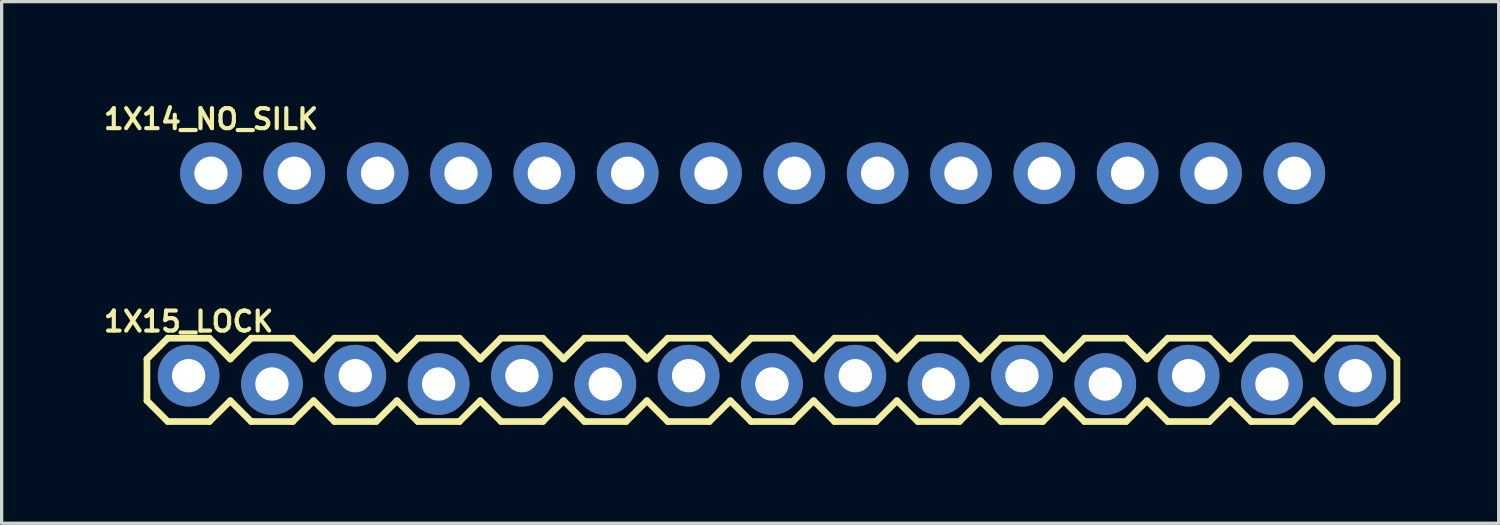
<source format=kicad_pcb>
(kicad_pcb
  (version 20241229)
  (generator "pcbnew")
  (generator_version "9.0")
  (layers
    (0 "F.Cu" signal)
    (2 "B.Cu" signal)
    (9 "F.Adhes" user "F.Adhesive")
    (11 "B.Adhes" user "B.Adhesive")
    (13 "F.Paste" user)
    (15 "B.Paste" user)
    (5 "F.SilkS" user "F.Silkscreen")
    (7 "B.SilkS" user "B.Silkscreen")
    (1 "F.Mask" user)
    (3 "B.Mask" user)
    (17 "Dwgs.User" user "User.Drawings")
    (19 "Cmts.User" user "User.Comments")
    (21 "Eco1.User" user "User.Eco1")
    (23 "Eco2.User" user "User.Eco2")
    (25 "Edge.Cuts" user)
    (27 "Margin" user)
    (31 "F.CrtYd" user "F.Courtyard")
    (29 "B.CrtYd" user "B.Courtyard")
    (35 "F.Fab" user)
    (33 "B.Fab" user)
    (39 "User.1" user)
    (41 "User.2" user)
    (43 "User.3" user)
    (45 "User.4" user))
  (footprint "1X14_NO_SILK"
    (layer "F.Cu")
    (at 3.381 2.231)
    (property "Reference" "1X14_NO_SILK" (at 0 -1.651 0) (layer "F.SilkS") (effects (font (size 0.61 0.61) (thickness 0.127))))
    (attr exclude_from_pos_files exclude_from_bom)
    (pad "1" thru_hole circle (at 0 0) (size 1.88 1.88) (drill 1.016) (layers "*.Cu" "*.Mask"))
    (pad "2" thru_hole circle (at 2.54 0) (size 1.88 1.88) (drill 1.016) (layers "*.Cu" "*.Mask"))
    (pad "3" thru_hole circle (at 5.08 0) (size 1.88 1.88) (drill 1.016) (layers "*.Cu" "*.Mask"))
    (pad "4" thru_hole circle (at 7.62 0) (size 1.88 1.88) (drill 1.016) (layers "*.Cu" "*.Mask"))
    (pad "5" thru_hole circle (at 10.16 0) (size 1.88 1.88) (drill 1.016) (layers "*.Cu" "*.Mask"))
    (pad "6" thru_hole circle (at 12.7 0) (size 1.88 1.88) (drill 1.016) (layers "*.Cu" "*.Mask"))
    (pad "7" thru_hole circle (at 15.24 0) (size 1.88 1.88) (drill 1.016) (layers "*.Cu" "*.Mask"))
    (pad "8" thru_hole circle (at 17.78 0) (size 1.88 1.88) (drill 1.016) (layers "*.Cu" "*.Mask"))
    (pad "9" thru_hole circle (at 20.32 0) (size 1.88 1.88) (drill 1.016) (layers "*.Cu" "*.Mask"))
    (pad "10" thru_hole circle (at 22.86 0) (size 1.88 1.88) (drill 1.016) (layers "*.Cu" "*.Mask"))
    (pad "11" thru_hole circle (at 25.4 0) (size 1.88 1.88) (drill 1.016) (layers "*.Cu" "*.Mask"))
    (pad "12" thru_hole circle (at 27.94 0) (size 1.88 1.88) (drill 1.016) (layers "*.Cu" "*.Mask"))
    (pad "13" thru_hole circle (at 30.48 0) (size 1.88 1.88) (drill 1.016) (layers "*.Cu" "*.Mask"))
    (pad "14" thru_hole circle (at 33.02 0) (size 1.88 1.88) (drill 1.016) (layers "*.Cu" "*.Mask")))
  (footprint "1X15_LOCK"
    (layer "F.Cu")
    (at 2.699 8.528)
    (property "Reference" "1X15_LOCK" (at 0 -1.778 0) (layer "F.SilkS") (effects (font (size 0.61 0.61) (thickness 0.127))))
    (attr exclude_from_pos_files exclude_from_bom)
    (fp_line (start -1.27 -0.635) (end -1.27 0.635) (stroke (width 0.203) (type solid)) (layer "F.SilkS"))
    (fp_line (start -1.27 0.635) (end -0.635 1.27) (stroke (width 0.203) (type solid)) (layer "F.SilkS"))
    (fp_line (start -0.635 -1.27) (end -1.27 -0.635) (stroke (width 0.203) (type solid)) (layer "F.SilkS"))
    (fp_line (start -0.635 -1.27) (end 0.635 -1.27) (stroke (width 0.203) (type solid)) (layer "F.SilkS"))
    (fp_line (start 0.635 -1.27) (end 1.27 -0.635) (stroke (width 0.203) (type solid)) (layer "F.SilkS"))
    (fp_line (start 0.635 1.27) (end -0.635 1.27) (stroke (width 0.203) (type solid)) (layer "F.SilkS"))
    (fp_line (start 1.27 -0.635) (end 1.905 -1.27) (stroke (width 0.203) (type solid)) (layer "F.SilkS"))
    (fp_line (start 1.27 0.635) (end 0.635 1.27) (stroke (width 0.203) (type solid)) (layer "F.SilkS"))
    (fp_line (start 1.905 -1.27) (end 3.175 -1.27) (stroke (width 0.203) (type solid)) (layer "F.SilkS"))
    (fp_line (start 1.905 1.27) (end 1.27 0.635) (stroke (width 0.203) (type solid)) (layer "F.SilkS"))
    (fp_line (start 3.175 -1.27) (end 3.81 -0.635) (stroke (width 0.203) (type solid)) (layer "F.SilkS"))
    (fp_line (start 3.175 1.27) (end 1.905 1.27) (stroke (width 0.203) (type solid)) (layer "F.SilkS"))
    (fp_line (start 3.81 -0.635) (end 4.445 -1.27) (stroke (width 0.203) (type solid)) (layer "F.SilkS"))
    (fp_line (start 3.81 0.635) (end 3.175 1.27) (stroke (width 0.203) (type solid)) (layer "F.SilkS"))
    (fp_line (start 4.445 -1.27) (end 5.715 -1.27) (stroke (width 0.203) (type solid)) (layer "F.SilkS"))
    (fp_line (start 4.445 1.27) (end 3.81 0.635) (stroke (width 0.203) (type solid)) (layer "F.SilkS"))
    (fp_line (start 5.715 -1.27) (end 6.35 -0.635) (stroke (width 0.203) (type solid)) (layer "F.SilkS"))
    (fp_line (start 5.715 1.27) (end 4.445 1.27) (stroke (width 0.203) (type solid)) (layer "F.SilkS"))
    (fp_line (start 6.35 0.635) (end 5.715 1.27) (stroke (width 0.203) (type solid)) (layer "F.SilkS"))
    (fp_line (start 6.35 0.635) (end 6.985 1.27) (stroke (width 0.203) (type solid)) (layer "F.SilkS"))
    (fp_line (start 6.985 -1.27) (end 6.35 -0.635) (stroke (width 0.203) (type solid)) (layer "F.SilkS"))
    (fp_line (start 6.985 -1.27) (end 8.255 -1.27) (stroke (width 0.203) (type solid)) (layer "F.SilkS"))
    (fp_line (start 8.255 -1.27) (end 8.89 -0.635) (stroke (width 0.203) (type solid)) (layer "F.SilkS"))
    (fp_line (start 8.255 1.27) (end 6.985 1.27) (stroke (width 0.203) (type solid)) (layer "F.SilkS"))
    (fp_line (start 8.89 -0.635) (end 9.525 -1.27) (stroke (width 0.203) (type solid)) (layer "F.SilkS"))
    (fp_line (start 8.89 0.635) (end 8.255 1.27) (stroke (width 0.203) (type solid)) (layer "F.SilkS"))
    (fp_line (start 9.525 -1.27) (end 10.795 -1.27) (stroke (width 0.203) (type solid)) (layer "F.SilkS"))
    (fp_line (start 9.525 1.27) (end 8.89 0.635) (stroke (width 0.203) (type solid)) (layer "F.SilkS"))
    (fp_line (start 10.795 -1.27) (end 11.43 -0.635) (stroke (width 0.203) (type solid)) (layer "F.SilkS"))
    (fp_line (start 10.795 1.27) (end 9.525 1.27) (stroke (width 0.203) (type solid)) (layer "F.SilkS"))
    (fp_line (start 11.43 -0.635) (end 12.065 -1.27) (stroke (width 0.203) (type solid)) (layer "F.SilkS"))
    (fp_line (start 11.43 0.635) (end 10.795 1.27) (stroke (width 0.203) (type solid)) (layer "F.SilkS"))
    (fp_line (start 12.065 -1.27) (end 13.335 -1.27) (stroke (width 0.203) (type solid)) (layer "F.SilkS"))
    (fp_line (start 12.065 1.27) (end 11.43 0.635) (stroke (width 0.203) (type solid)) (layer "F.SilkS"))
    (fp_line (start 13.335 -1.27) (end 13.97 -0.635) (stroke (width 0.203) (type solid)) (layer "F.SilkS"))
    (fp_line (start 13.335 1.27) (end 12.065 1.27) (stroke (width 0.203) (type solid)) (layer "F.SilkS"))
    (fp_line (start 13.97 0.635) (end 13.335 1.27) (stroke (width 0.203) (type solid)) (layer "F.SilkS"))
    (fp_line (start 13.97 0.635) (end 14.605 1.27) (stroke (width 0.203) (type solid)) (layer "F.SilkS"))
    (fp_line (start 14.605 -1.27) (end 13.97 -0.635) (stroke (width 0.203) (type solid)) (layer "F.SilkS"))
    (fp_line (start 14.605 -1.27) (end 15.875 -1.27) (stroke (width 0.203) (type solid)) (layer "F.SilkS"))
    (fp_line (start 15.875 -1.27) (end 16.51 -0.635) (stroke (width 0.203) (type solid)) (layer "F.SilkS"))
    (fp_line (start 15.875 1.27) (end 14.605 1.27) (stroke (width 0.203) (type solid)) (layer "F.SilkS"))
    (fp_line (start 16.51 0.635) (end 15.875 1.27) (stroke (width 0.203) (type solid)) (layer "F.SilkS"))
    (fp_line (start 16.51 0.635) (end 17.145 1.27) (stroke (width 0.203) (type solid)) (layer "F.SilkS"))
    (fp_line (start 17.145 -1.27) (end 16.51 -0.635) (stroke (width 0.203) (type solid)) (layer "F.SilkS"))
    (fp_line (start 17.145 -1.27) (end 18.415 -1.27) (stroke (width 0.203) (type solid)) (layer "F.SilkS"))
    (fp_line (start 18.415 -1.27) (end 19.05 -0.635) (stroke (width 0.203) (type solid)) (layer "F.SilkS"))
    (fp_line (start 18.415 1.27) (end 17.145 1.27) (stroke (width 0.203) (type solid)) (layer "F.SilkS"))
    (fp_line (start 19.05 -0.635) (end 19.685 -1.27) (stroke (width 0.203) (type solid)) (layer "F.SilkS"))
    (fp_line (start 19.05 0.635) (end 18.415 1.27) (stroke (width 0.203) (type solid)) (layer "F.SilkS"))
    (fp_line (start 19.685 -1.27) (end 20.955 -1.27) (stroke (width 0.203) (type solid)) (layer "F.SilkS"))
    (fp_line (start 19.685 1.27) (end 19.05 0.635) (stroke (width 0.203) (type solid)) (layer "F.SilkS"))
    (fp_line (start 20.955 -1.27) (end 21.59 -0.635) (stroke (width 0.203) (type solid)) (layer "F.SilkS"))
    (fp_line (start 20.955 1.27) (end 19.685 1.27) (stroke (width 0.203) (type solid)) (layer "F.SilkS"))
    (fp_line (start 21.59 -0.635) (end 22.225 -1.27) (stroke (width 0.203) (type solid)) (layer "F.SilkS"))
    (fp_line (start 21.59 0.635) (end 20.955 1.27) (stroke (width 0.203) (type solid)) (layer "F.SilkS"))
    (fp_line (start 22.225 -1.27) (end 23.495 -1.27) (stroke (width 0.203) (type solid)) (layer "F.SilkS"))
    (fp_line (start 22.225 1.27) (end 21.59 0.635) (stroke (width 0.203) (type solid)) (layer "F.SilkS"))
    (fp_line (start 23.495 -1.27) (end 24.13 -0.635) (stroke (width 0.203) (type solid)) (layer "F.SilkS"))
    (fp_line (start 23.495 1.27) (end 22.225 1.27) (stroke (width 0.203) (type solid)) (layer "F.SilkS"))
    (fp_line (start 24.13 0.635) (end 23.495 1.27) (stroke (width 0.203) (type solid)) (layer "F.SilkS"))
    (fp_line (start 24.13 0.635) (end 24.765 1.27) (stroke (width 0.203) (type solid)) (layer "F.SilkS"))
    (fp_line (start 24.765 -1.27) (end 24.13 -0.635) (stroke (width 0.203) (type solid)) (layer "F.SilkS"))
    (fp_line (start 24.765 -1.27) (end 26.035 -1.27) (stroke (width 0.203) (type solid)) (layer "F.SilkS"))
    (fp_line (start 26.035 -1.27) (end 26.67 -0.635) (stroke (width 0.203) (type solid)) (layer "F.SilkS"))
    (fp_line (start 26.035 1.27) (end 24.765 1.27) (stroke (width 0.203) (type solid)) (layer "F.SilkS"))
    (fp_line (start 26.67 -0.635) (end 27.305 -1.27) (stroke (width 0.203) (type solid)) (layer "F.SilkS"))
    (fp_line (start 26.67 0.635) (end 26.035 1.27) (stroke (width 0.203) (type solid)) (layer "F.SilkS"))
    (fp_line (start 27.305 -1.27) (end 28.575 -1.27) (stroke (width 0.203) (type solid)) (layer "F.SilkS"))
    (fp_line (start 27.305 1.27) (end 26.67 0.635) (stroke (width 0.203) (type solid)) (layer "F.SilkS"))
    (fp_line (start 28.575 -1.27) (end 29.21 -0.635) (stroke (width 0.203) (type solid)) (layer "F.SilkS"))
    (fp_line (start 28.575 1.27) (end 27.305 1.27) (stroke (width 0.203) (type solid)) (layer "F.SilkS"))
    (fp_line (start 29.21 -0.635) (end 29.845 -1.27) (stroke (width 0.203) (type solid)) (layer "F.SilkS"))
    (fp_line (start 29.21 0.635) (end 28.575 1.27) (stroke (width 0.203) (type solid)) (layer "F.SilkS"))
    (fp_line (start 29.845 -1.27) (end 31.115 -1.27) (stroke (width 0.203) (type solid)) (layer "F.SilkS"))
    (fp_line (start 29.845 1.27) (end 29.21 0.635) (stroke (width 0.203) (type solid)) (layer "F.SilkS"))
    (fp_line (start 31.115 -1.27) (end 31.75 -0.635) (stroke (width 0.203) (type solid)) (layer "F.SilkS"))
    (fp_line (start 31.115 1.27) (end 29.845 1.27) (stroke (width 0.203) (type solid)) (layer "F.SilkS"))
    (fp_line (start 31.75 0.635) (end 31.115 1.27) (stroke (width 0.203) (type solid)) (layer "F.SilkS"))
    (fp_line (start 31.75 0.635) (end 32.385 1.27) (stroke (width 0.203) (type solid)) (layer "F.SilkS"))
    (fp_line (start 32.385 -1.27) (end 31.75 -0.635) (stroke (width 0.203) (type solid)) (layer "F.SilkS"))
    (fp_line (start 32.385 -1.27) (end 33.655 -1.27) (stroke (width 0.203) (type solid)) (layer "F.SilkS"))
    (fp_line (start 33.655 -1.27) (end 34.29 -0.635) (stroke (width 0.203) (type solid)) (layer "F.SilkS"))
    (fp_line (start 33.655 1.27) (end 32.385 1.27) (stroke (width 0.203) (type solid)) (layer "F.SilkS"))
    (fp_line (start 34.29 0.635) (end 33.655 1.27) (stroke (width 0.203) (type solid)) (layer "F.SilkS"))
    (fp_line (start 34.29 0.635) (end 34.925 1.27) (stroke (width 0.203) (type solid)) (layer "F.SilkS"))
    (fp_line (start 34.925 -1.27) (end 34.29 -0.635) (stroke (width 0.203) (type solid)) (layer "F.SilkS"))
    (fp_line (start 34.925 -1.27) (end 36.195 -1.27) (stroke (width 0.203) (type solid)) (layer "F.SilkS"))
    (fp_line (start 36.195 -1.27) (end 36.83 -0.635) (stroke (width 0.203) (type solid)) (layer "F.SilkS"))
    (fp_line (start 36.195 1.27) (end 34.925 1.27) (stroke (width 0.203) (type solid)) (layer "F.SilkS"))
    (fp_line (start 36.83 -0.635) (end 36.83 0.635) (stroke (width 0.203) (type solid)) (layer "F.SilkS"))
    (fp_line (start 36.83 0.635) (end 36.195 1.27) (stroke (width 0.203) (type solid)) (layer "F.SilkS"))
    (pad "1" thru_hole circle (at 0 -0.127) (size 1.88 1.88) (drill 1.016) (layers "*.Cu" "*.Mask"))
    (pad "2" thru_hole circle (at 2.54 0.127) (size 1.88 1.88) (drill 1.016) (layers "*.Cu" "*.Mask"))
    (pad "3" thru_hole circle (at 5.08 -0.127) (size 1.88 1.88) (drill 1.016) (layers "*.Cu" "*.Mask"))
    (pad "4" thru_hole circle (at 7.62 0.127) (size 1.88 1.88) (drill 1.016) (layers "*.Cu" "*.Mask"))
    (pad "5" thru_hole circle (at 10.16 -0.127) (size 1.88 1.88) (drill 1.016) (layers "*.Cu" "*.Mask"))
    (pad "6" thru_hole circle (at 12.7 0.127) (size 1.88 1.88) (drill 1.016) (layers "*.Cu" "*.Mask"))
    (pad "7" thru_hole circle (at 15.24 -0.127) (size 1.88 1.88) (drill 1.016) (layers "*.Cu" "*.Mask"))
    (pad "8" thru_hole circle (at 17.78 0.127) (size 1.88 1.88) (drill 1.016) (layers "*.Cu" "*.Mask"))
    (pad "9" thru_hole circle (at 20.32 -0.127) (size 1.88 1.88) (drill 1.016) (layers "*.Cu" "*.Mask"))
    (pad "10" thru_hole circle (at 22.86 0.127) (size 1.88 1.88) (drill 1.016) (layers "*.Cu" "*.Mask"))
    (pad "11" thru_hole circle (at 25.4 -0.127) (size 1.88 1.88) (drill 1.016) (layers "*.Cu" "*.Mask"))
    (pad "12" thru_hole circle (at 27.94 0.127) (size 1.88 1.88) (drill 1.016) (layers "*.Cu" "*.Mask"))
    (pad "13" thru_hole circle (at 30.48 -0.127) (size 1.88 1.88) (drill 1.016) (layers "*.Cu" "*.Mask"))
    (pad "14" thru_hole circle (at 33.02 0.127) (size 1.88 1.88) (drill 1.016) (layers "*.Cu" "*.Mask"))
    (pad "15" thru_hole circle (at 35.56 -0.127) (size 1.88 1.88) (drill 1.016) (layers "*.Cu" "*.Mask")))
  (gr_rect
    (start -3 -3)
    (end 42.63 12.899)
    (stroke (width 0.1) (type default))
    (fill no)
    (layer "Edge.Cuts")))
</source>
